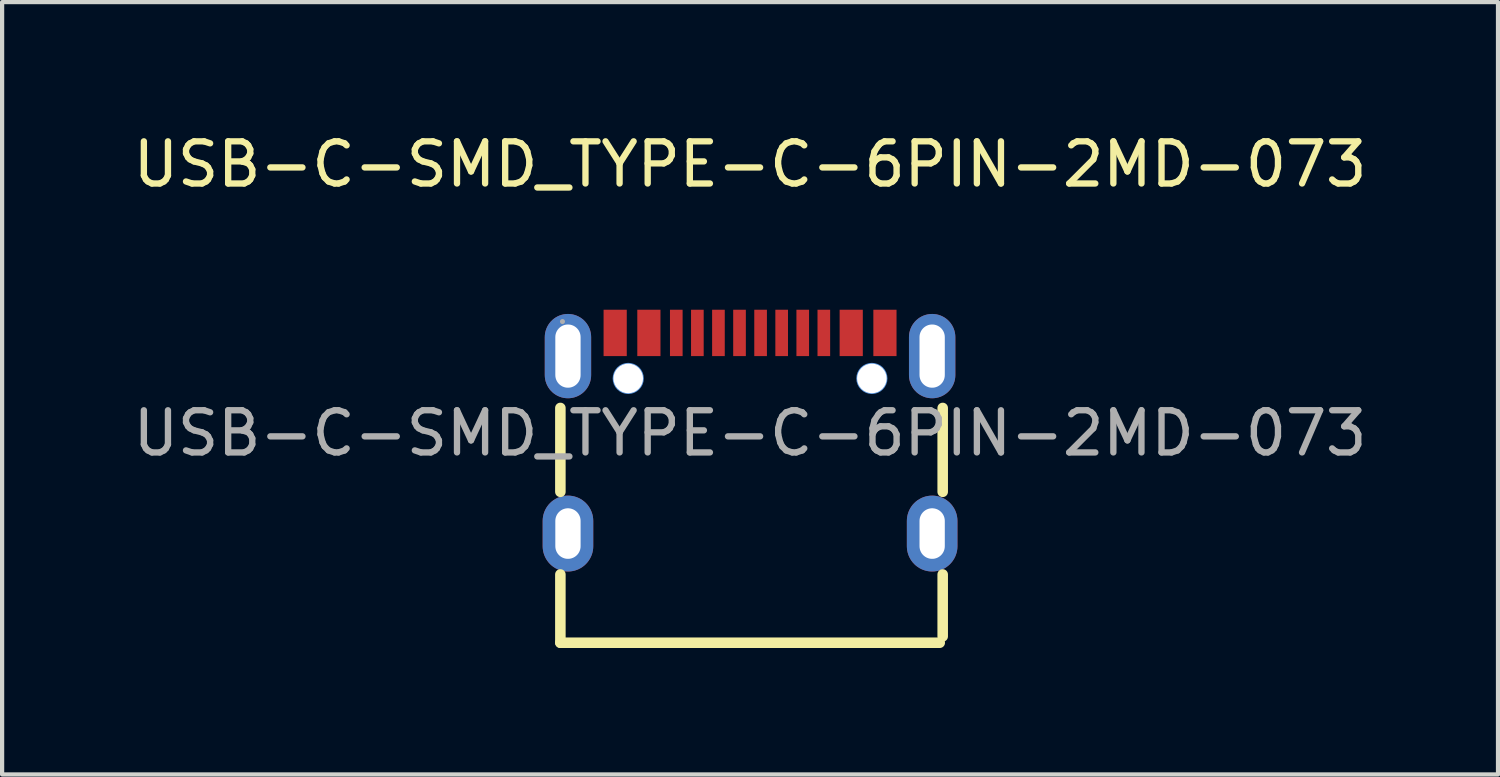
<source format=kicad_pcb>
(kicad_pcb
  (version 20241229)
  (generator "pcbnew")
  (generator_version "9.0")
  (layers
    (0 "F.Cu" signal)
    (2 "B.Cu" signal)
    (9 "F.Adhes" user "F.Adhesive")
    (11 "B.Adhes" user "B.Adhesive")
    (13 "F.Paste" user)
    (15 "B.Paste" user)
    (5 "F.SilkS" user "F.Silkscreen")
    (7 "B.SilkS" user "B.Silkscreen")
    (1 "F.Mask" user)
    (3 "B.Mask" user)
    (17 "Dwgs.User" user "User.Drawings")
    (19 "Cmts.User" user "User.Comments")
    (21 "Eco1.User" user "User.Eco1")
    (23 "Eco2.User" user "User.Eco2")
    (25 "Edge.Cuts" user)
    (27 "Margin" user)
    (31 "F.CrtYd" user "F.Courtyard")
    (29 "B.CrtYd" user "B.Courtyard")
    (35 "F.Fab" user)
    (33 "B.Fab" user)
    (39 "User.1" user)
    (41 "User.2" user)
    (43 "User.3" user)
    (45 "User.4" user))
  (footprint "USB-C-SMD_TYPE-C-6PIN-2MD-073"
    (layer "F.Cu")
    (at 14.744 7.228)
    (property "Reference" "USB-C-SMD_TYPE-C-6PIN-2MD-073" (at 0 -6.38 0) (layer "F.SilkS") (effects (font (size 1 1) (thickness 0.15))))
    (attr smd)
    (fp_line (start -4.5 1.39) (end -4.5 -0.6) (stroke (width 0.25) (type solid)) (layer "F.SilkS"))
    (fp_line (start -4.5 4.97) (end -4.5 3.35) (stroke (width 0.25) (type solid)) (layer "F.SilkS"))
    (fp_line (start 4.5 4.97) (end -4.5 4.97) (stroke (width 0.25) (type solid)) (layer "F.SilkS"))
    (fp_line (start 4.57 1.39) (end 4.57 -0.6) (stroke (width 0.25) (type solid)) (layer "F.SilkS"))
    (fp_line (start 4.57 4.82) (end 4.57 3.35) (stroke (width 0.25) (type solid)) (layer "F.SilkS"))
    (fp_circle (center -2.89 -1.3) (end -2.77 -1.3) (stroke (width 0.25) (type solid)) (fill no) (layer "Cmts.User"))
    (fp_circle (center 2.89 -1.3) (end 3.01 -1.3) (stroke (width 0.25) (type solid)) (fill no) (layer "Cmts.User"))
    (fp_circle (center -4.45 -2.65) (end -4.42 -2.65) (stroke (width 0.06) (type solid)) (fill no) (layer "F.Fab"))
    (fp_text user "${REFERENCE}" (at 0 0 0) (layer "F.Fab") (effects (font (size 1 1) (thickness 0.15))))
    (pad "" thru_hole circle (at -2.89 -1.3) (size 0.7 0.7) (drill 0.7) (layers "*.Cu" "*.Mask"))
    (pad "" thru_hole circle (at 2.89 -1.3) (size 0.7 0.7) (drill 0.7) (layers "*.Cu" "*.Mask"))
    (pad "1" smd rect (at -3.2 -2.38) (size 0.55 1.1) (layers "F.Cu" "F.Mask" "F.Paste"))
    (pad "2" smd rect (at -2.4 -2.38) (size 0.55 1.1) (layers "F.Cu" "F.Mask" "F.Paste"))
    (pad "3" smd rect (at -1.75 -2.38) (size 0.3 1.1) (layers "F.Cu" "F.Mask" "F.Paste"))
    (pad "4" smd rect (at -1.25 -2.38) (size 0.3 1.1) (layers "F.Cu" "F.Mask" "F.Paste"))
    (pad "5" smd rect (at -0.75 -2.38) (size 0.3 1.1) (layers "F.Cu" "F.Mask" "F.Paste"))
    (pad "6" smd rect (at -0.25 -2.38) (size 0.3 1.1) (layers "F.Cu" "F.Mask" "F.Paste"))
    (pad "7" smd rect (at 0.25 -2.38) (size 0.3 1.1) (layers "F.Cu" "F.Mask" "F.Paste"))
    (pad "8" smd rect (at 0.75 -2.38) (size 0.3 1.1) (layers "F.Cu" "F.Mask" "F.Paste"))
    (pad "9" smd rect (at 1.25 -2.38) (size 0.3 1.1) (layers "F.Cu" "F.Mask" "F.Paste"))
    (pad "10" smd rect (at 1.75 -2.38) (size 0.3 1.1) (layers "F.Cu" "F.Mask" "F.Paste"))
    (pad "11" smd rect (at 2.4 -2.38) (size 0.55 1.1) (layers "F.Cu" "F.Mask" "F.Paste"))
    (pad "12" smd rect (at 3.2 -2.38) (size 0.55 1.1) (layers "F.Cu" "F.Mask" "F.Paste"))
    (pad "13" thru_hole oval (at -4.32 -1.83) (size 1.1 2) (drill oval 0.6 1.5) (layers "*.Cu" "*.Paste" "*.Mask"))
    (pad "13" thru_hole oval (at -4.32 2.38) (size 1.2 1.8) (drill oval 0.6 1.2) (layers "*.Cu" "*.Paste" "*.Mask"))
    (pad "14" thru_hole oval (at 4.32 -1.83) (size 1.1 2) (drill oval 0.6 1.5) (layers "*.Cu" "*.Paste" "*.Mask"))
    (pad "14" thru_hole oval (at 4.32 2.38) (size 1.2 1.8) (drill oval 0.6 1.2) (layers "*.Cu" "*.Paste" "*.Mask")))
  (gr_rect
    (start -3 -3)
    (end 32.488 15.323)
    (stroke (width 0.1) (type default))
    (fill no)
    (layer "Edge.Cuts")))
</source>
